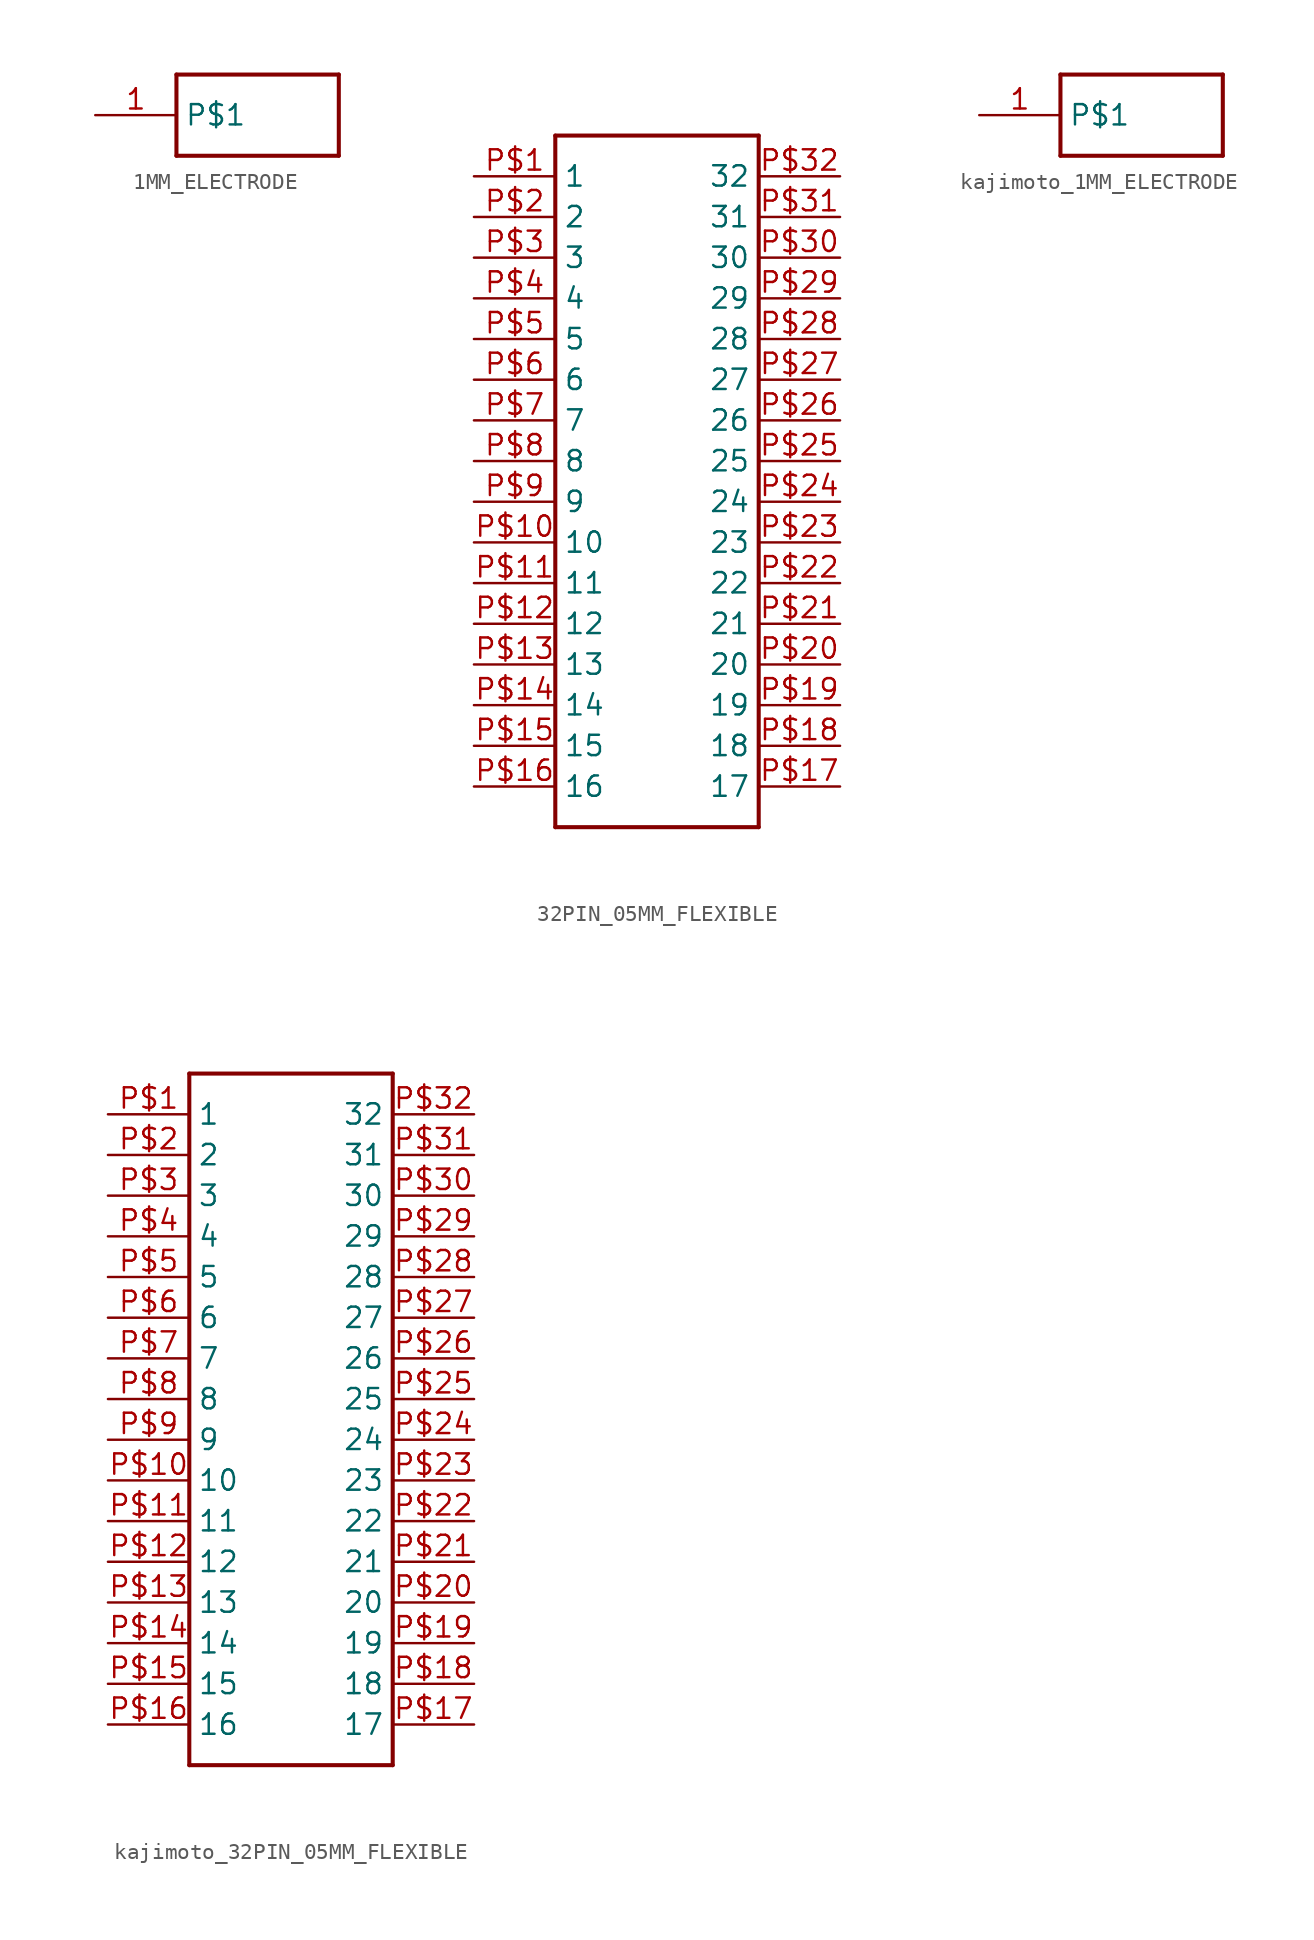
<source format=kicad_sym>
(kicad_symbol_lib
  (version 20231120)
  (generator "kicad_symbol_editor")
  (generator_version "8.0")
  (symbol "1MM_ELECTRODE"
    (property "Reference" ""
      (at 0 0 0)
      (effects (font (size 1.27 1.27)) (hide yes)))
    (property "ki_locked" ""
      (at 0 0 0)
      (effects (font (size 1.27 1.27))))
    (symbol "1MM_ELECTRODE_1_0"
      (polyline (pts (xy 5.08 -2.54) (xy 15.24 -2.54)) (stroke (width 0.254) (type solid)) (fill (type none)))
      (polyline (pts (xy 5.08 2.54) (xy 5.08 -2.54)) (stroke (width 0.254) (type solid)) (fill (type none)))
      (polyline (pts (xy 15.24 -2.54) (xy 15.24 2.54)) (stroke (width 0.254) (type solid)) (fill (type none)))
      (polyline (pts (xy 15.24 2.54) (xy 5.08 2.54)) (stroke (width 0.254) (type solid)) (fill (type none)))
      (pin bidirectional line (at 0 0 0) (length 5.08) (name "P$1" (effects (font (size 1.27 1.27)))) (number "1" (effects (font (size 1.27 1.27)))))))
  (symbol "32PIN_05MM_FLEXIBLE"
    (property "Reference" ""
      (at 0 0 0)
      (effects (font (size 1.27 1.27)) (hide yes)))
    (property "ki_locked" ""
      (at 0 0 0)
      (effects (font (size 1.27 1.27))))
    (symbol "32PIN_05MM_FLEXIBLE_1_0"
      (polyline (pts (xy -5.08 -17.78) (xy -5.08 25.4)) (stroke (width 0.254) (type solid)) (fill (type none)))
      (polyline (pts (xy -5.08 25.4) (xy 7.62 25.4)) (stroke (width 0.254) (type solid)) (fill (type none)))
      (polyline (pts (xy 7.62 -17.78) (xy -5.08 -17.78)) (stroke (width 0.254) (type solid)) (fill (type none)))
      (polyline (pts (xy 7.62 25.4) (xy 7.62 -17.78)) (stroke (width 0.254) (type solid)) (fill (type none)))
      (pin bidirectional line (at -10.16 22.86 0) (length 5.08) (name "1" (effects (font (size 1.27 1.27)))) (number "P$1" (effects (font (size 1.27 1.27)))))
      (pin bidirectional line (at -10.16 0 0) (length 5.08) (name "10" (effects (font (size 1.27 1.27)))) (number "P$10" (effects (font (size 1.27 1.27)))))
      (pin bidirectional line (at -10.16 -2.54 0) (length 5.08) (name "11" (effects (font (size 1.27 1.27)))) (number "P$11" (effects (font (size 1.27 1.27)))))
      (pin bidirectional line (at -10.16 -5.08 0) (length 5.08) (name "12" (effects (font (size 1.27 1.27)))) (number "P$12" (effects (font (size 1.27 1.27)))))
      (pin bidirectional line (at -10.16 -7.62 0) (length 5.08) (name "13" (effects (font (size 1.27 1.27)))) (number "P$13" (effects (font (size 1.27 1.27)))))
      (pin bidirectional line (at -10.16 -10.16 0) (length 5.08) (name "14" (effects (font (size 1.27 1.27)))) (number "P$14" (effects (font (size 1.27 1.27)))))
      (pin bidirectional line (at -10.16 -12.7 0) (length 5.08) (name "15" (effects (font (size 1.27 1.27)))) (number "P$15" (effects (font (size 1.27 1.27)))))
      (pin bidirectional line (at -10.16 -15.24 0) (length 5.08) (name "16" (effects (font (size 1.27 1.27)))) (number "P$16" (effects (font (size 1.27 1.27)))))
      (pin bidirectional line (at 12.7 -15.24 180) (length 5.08) (name "17" (effects (font (size 1.27 1.27)))) (number "P$17" (effects (font (size 1.27 1.27)))))
      (pin bidirectional line (at 12.7 -12.7 180) (length 5.08) (name "18" (effects (font (size 1.27 1.27)))) (number "P$18" (effects (font (size 1.27 1.27)))))
      (pin bidirectional line (at 12.7 -10.16 180) (length 5.08) (name "19" (effects (font (size 1.27 1.27)))) (number "P$19" (effects (font (size 1.27 1.27)))))
      (pin bidirectional line (at -10.16 20.32 0) (length 5.08) (name "2" (effects (font (size 1.27 1.27)))) (number "P$2" (effects (font (size 1.27 1.27)))))
      (pin bidirectional line (at 12.7 -7.62 180) (length 5.08) (name "20" (effects (font (size 1.27 1.27)))) (number "P$20" (effects (font (size 1.27 1.27)))))
      (pin bidirectional line (at 12.7 -5.08 180) (length 5.08) (name "21" (effects (font (size 1.27 1.27)))) (number "P$21" (effects (font (size 1.27 1.27)))))
      (pin bidirectional line (at 12.7 -2.54 180) (length 5.08) (name "22" (effects (font (size 1.27 1.27)))) (number "P$22" (effects (font (size 1.27 1.27)))))
      (pin bidirectional line (at 12.7 0 180) (length 5.08) (name "23" (effects (font (size 1.27 1.27)))) (number "P$23" (effects (font (size 1.27 1.27)))))
      (pin bidirectional line (at 12.7 2.54 180) (length 5.08) (name "24" (effects (font (size 1.27 1.27)))) (number "P$24" (effects (font (size 1.27 1.27)))))
      (pin bidirectional line (at 12.7 5.08 180) (length 5.08) (name "25" (effects (font (size 1.27 1.27)))) (number "P$25" (effects (font (size 1.27 1.27)))))
      (pin bidirectional line (at 12.7 7.62 180) (length 5.08) (name "26" (effects (font (size 1.27 1.27)))) (number "P$26" (effects (font (size 1.27 1.27)))))
      (pin bidirectional line (at 12.7 10.16 180) (length 5.08) (name "27" (effects (font (size 1.27 1.27)))) (number "P$27" (effects (font (size 1.27 1.27)))))
      (pin bidirectional line (at 12.7 12.7 180) (length 5.08) (name "28" (effects (font (size 1.27 1.27)))) (number "P$28" (effects (font (size 1.27 1.27)))))
      (pin bidirectional line (at 12.7 15.24 180) (length 5.08) (name "29" (effects (font (size 1.27 1.27)))) (number "P$29" (effects (font (size 1.27 1.27)))))
      (pin bidirectional line (at -10.16 17.78 0) (length 5.08) (name "3" (effects (font (size 1.27 1.27)))) (number "P$3" (effects (font (size 1.27 1.27)))))
      (pin bidirectional line (at 12.7 17.78 180) (length 5.08) (name "30" (effects (font (size 1.27 1.27)))) (number "P$30" (effects (font (size 1.27 1.27)))))
      (pin bidirectional line (at 12.7 20.32 180) (length 5.08) (name "31" (effects (font (size 1.27 1.27)))) (number "P$31" (effects (font (size 1.27 1.27)))))
      (pin bidirectional line (at 12.7 22.86 180) (length 5.08) (name "32" (effects (font (size 1.27 1.27)))) (number "P$32" (effects (font (size 1.27 1.27)))))
      (pin bidirectional line (at -10.16 15.24 0) (length 5.08) (name "4" (effects (font (size 1.27 1.27)))) (number "P$4" (effects (font (size 1.27 1.27)))))
      (pin bidirectional line (at -10.16 12.7 0) (length 5.08) (name "5" (effects (font (size 1.27 1.27)))) (number "P$5" (effects (font (size 1.27 1.27)))))
      (pin bidirectional line (at -10.16 10.16 0) (length 5.08) (name "6" (effects (font (size 1.27 1.27)))) (number "P$6" (effects (font (size 1.27 1.27)))))
      (pin bidirectional line (at -10.16 7.62 0) (length 5.08) (name "7" (effects (font (size 1.27 1.27)))) (number "P$7" (effects (font (size 1.27 1.27)))))
      (pin bidirectional line (at -10.16 5.08 0) (length 5.08) (name "8" (effects (font (size 1.27 1.27)))) (number "P$8" (effects (font (size 1.27 1.27)))))
      (pin bidirectional line (at -10.16 2.54 0) (length 5.08) (name "9" (effects (font (size 1.27 1.27)))) (number "P$9" (effects (font (size 1.27 1.27)))))))
  (symbol "kajimoto_1MM_ELECTRODE"
    (property "Reference" ""
      (at 0 0 0)
      (effects (font (size 1.27 1.27)) (hide yes)))
    (property "ki_locked" ""
      (at 0 0 0)
      (effects (font (size 1.27 1.27))))
    (symbol "kajimoto_1MM_ELECTRODE_1_0"
      (polyline (pts (xy 5.08 -2.54) (xy 15.24 -2.54)) (stroke (width 0.254) (type solid)) (fill (type none)))
      (polyline (pts (xy 5.08 2.54) (xy 5.08 -2.54)) (stroke (width 0.254) (type solid)) (fill (type none)))
      (polyline (pts (xy 15.24 -2.54) (xy 15.24 2.54)) (stroke (width 0.254) (type solid)) (fill (type none)))
      (polyline (pts (xy 15.24 2.54) (xy 5.08 2.54)) (stroke (width 0.254) (type solid)) (fill (type none)))
      (pin bidirectional line (at 0 0 0) (length 5.08) (name "P$1" (effects (font (size 1.27 1.27)))) (number "1" (effects (font (size 1.27 1.27)))))))
  (symbol "kajimoto_32PIN_05MM_FLEXIBLE"
    (property "Reference" ""
      (at 0 0 0)
      (effects (font (size 1.27 1.27)) (hide yes)))
    (property "ki_locked" ""
      (at 0 0 0)
      (effects (font (size 1.27 1.27))))
    (symbol "kajimoto_32PIN_05MM_FLEXIBLE_1_0"
      (polyline (pts (xy -5.08 -17.78) (xy -5.08 25.4)) (stroke (width 0.254) (type solid)) (fill (type none)))
      (polyline (pts (xy -5.08 25.4) (xy 7.62 25.4)) (stroke (width 0.254) (type solid)) (fill (type none)))
      (polyline (pts (xy 7.62 -17.78) (xy -5.08 -17.78)) (stroke (width 0.254) (type solid)) (fill (type none)))
      (polyline (pts (xy 7.62 25.4) (xy 7.62 -17.78)) (stroke (width 0.254) (type solid)) (fill (type none)))
      (pin bidirectional line (at -10.16 22.86 0) (length 5.08) (name "1" (effects (font (size 1.27 1.27)))) (number "P$1" (effects (font (size 1.27 1.27)))))
      (pin bidirectional line (at -10.16 0 0) (length 5.08) (name "10" (effects (font (size 1.27 1.27)))) (number "P$10" (effects (font (size 1.27 1.27)))))
      (pin bidirectional line (at -10.16 -2.54 0) (length 5.08) (name "11" (effects (font (size 1.27 1.27)))) (number "P$11" (effects (font (size 1.27 1.27)))))
      (pin bidirectional line (at -10.16 -5.08 0) (length 5.08) (name "12" (effects (font (size 1.27 1.27)))) (number "P$12" (effects (font (size 1.27 1.27)))))
      (pin bidirectional line (at -10.16 -7.62 0) (length 5.08) (name "13" (effects (font (size 1.27 1.27)))) (number "P$13" (effects (font (size 1.27 1.27)))))
      (pin bidirectional line (at -10.16 -10.16 0) (length 5.08) (name "14" (effects (font (size 1.27 1.27)))) (number "P$14" (effects (font (size 1.27 1.27)))))
      (pin bidirectional line (at -10.16 -12.7 0) (length 5.08) (name "15" (effects (font (size 1.27 1.27)))) (number "P$15" (effects (font (size 1.27 1.27)))))
      (pin bidirectional line (at -10.16 -15.24 0) (length 5.08) (name "16" (effects (font (size 1.27 1.27)))) (number "P$16" (effects (font (size 1.27 1.27)))))
      (pin bidirectional line (at 12.7 -15.24 180) (length 5.08) (name "17" (effects (font (size 1.27 1.27)))) (number "P$17" (effects (font (size 1.27 1.27)))))
      (pin bidirectional line (at 12.7 -12.7 180) (length 5.08) (name "18" (effects (font (size 1.27 1.27)))) (number "P$18" (effects (font (size 1.27 1.27)))))
      (pin bidirectional line (at 12.7 -10.16 180) (length 5.08) (name "19" (effects (font (size 1.27 1.27)))) (number "P$19" (effects (font (size 1.27 1.27)))))
      (pin bidirectional line (at -10.16 20.32 0) (length 5.08) (name "2" (effects (font (size 1.27 1.27)))) (number "P$2" (effects (font (size 1.27 1.27)))))
      (pin bidirectional line (at 12.7 -7.62 180) (length 5.08) (name "20" (effects (font (size 1.27 1.27)))) (number "P$20" (effects (font (size 1.27 1.27)))))
      (pin bidirectional line (at 12.7 -5.08 180) (length 5.08) (name "21" (effects (font (size 1.27 1.27)))) (number "P$21" (effects (font (size 1.27 1.27)))))
      (pin bidirectional line (at 12.7 -2.54 180) (length 5.08) (name "22" (effects (font (size 1.27 1.27)))) (number "P$22" (effects (font (size 1.27 1.27)))))
      (pin bidirectional line (at 12.7 0 180) (length 5.08) (name "23" (effects (font (size 1.27 1.27)))) (number "P$23" (effects (font (size 1.27 1.27)))))
      (pin bidirectional line (at 12.7 2.54 180) (length 5.08) (name "24" (effects (font (size 1.27 1.27)))) (number "P$24" (effects (font (size 1.27 1.27)))))
      (pin bidirectional line (at 12.7 5.08 180) (length 5.08) (name "25" (effects (font (size 1.27 1.27)))) (number "P$25" (effects (font (size 1.27 1.27)))))
      (pin bidirectional line (at 12.7 7.62 180) (length 5.08) (name "26" (effects (font (size 1.27 1.27)))) (number "P$26" (effects (font (size 1.27 1.27)))))
      (pin bidirectional line (at 12.7 10.16 180) (length 5.08) (name "27" (effects (font (size 1.27 1.27)))) (number "P$27" (effects (font (size 1.27 1.27)))))
      (pin bidirectional line (at 12.7 12.7 180) (length 5.08) (name "28" (effects (font (size 1.27 1.27)))) (number "P$28" (effects (font (size 1.27 1.27)))))
      (pin bidirectional line (at 12.7 15.24 180) (length 5.08) (name "29" (effects (font (size 1.27 1.27)))) (number "P$29" (effects (font (size 1.27 1.27)))))
      (pin bidirectional line (at -10.16 17.78 0) (length 5.08) (name "3" (effects (font (size 1.27 1.27)))) (number "P$3" (effects (font (size 1.27 1.27)))))
      (pin bidirectional line (at 12.7 17.78 180) (length 5.08) (name "30" (effects (font (size 1.27 1.27)))) (number "P$30" (effects (font (size 1.27 1.27)))))
      (pin bidirectional line (at 12.7 20.32 180) (length 5.08) (name "31" (effects (font (size 1.27 1.27)))) (number "P$31" (effects (font (size 1.27 1.27)))))
      (pin bidirectional line (at 12.7 22.86 180) (length 5.08) (name "32" (effects (font (size 1.27 1.27)))) (number "P$32" (effects (font (size 1.27 1.27)))))
      (pin bidirectional line (at -10.16 15.24 0) (length 5.08) (name "4" (effects (font (size 1.27 1.27)))) (number "P$4" (effects (font (size 1.27 1.27)))))
      (pin bidirectional line (at -10.16 12.7 0) (length 5.08) (name "5" (effects (font (size 1.27 1.27)))) (number "P$5" (effects (font (size 1.27 1.27)))))
      (pin bidirectional line (at -10.16 10.16 0) (length 5.08) (name "6" (effects (font (size 1.27 1.27)))) (number "P$6" (effects (font (size 1.27 1.27)))))
      (pin bidirectional line (at -10.16 7.62 0) (length 5.08) (name "7" (effects (font (size 1.27 1.27)))) (number "P$7" (effects (font (size 1.27 1.27)))))
      (pin bidirectional line (at -10.16 5.08 0) (length 5.08) (name "8" (effects (font (size 1.27 1.27)))) (number "P$8" (effects (font (size 1.27 1.27)))))
      (pin bidirectional line (at -10.16 2.54 0) (length 5.08) (name "9" (effects (font (size 1.27 1.27)))) (number "P$9" (effects (font (size 1.27 1.27))))))))
</source>
